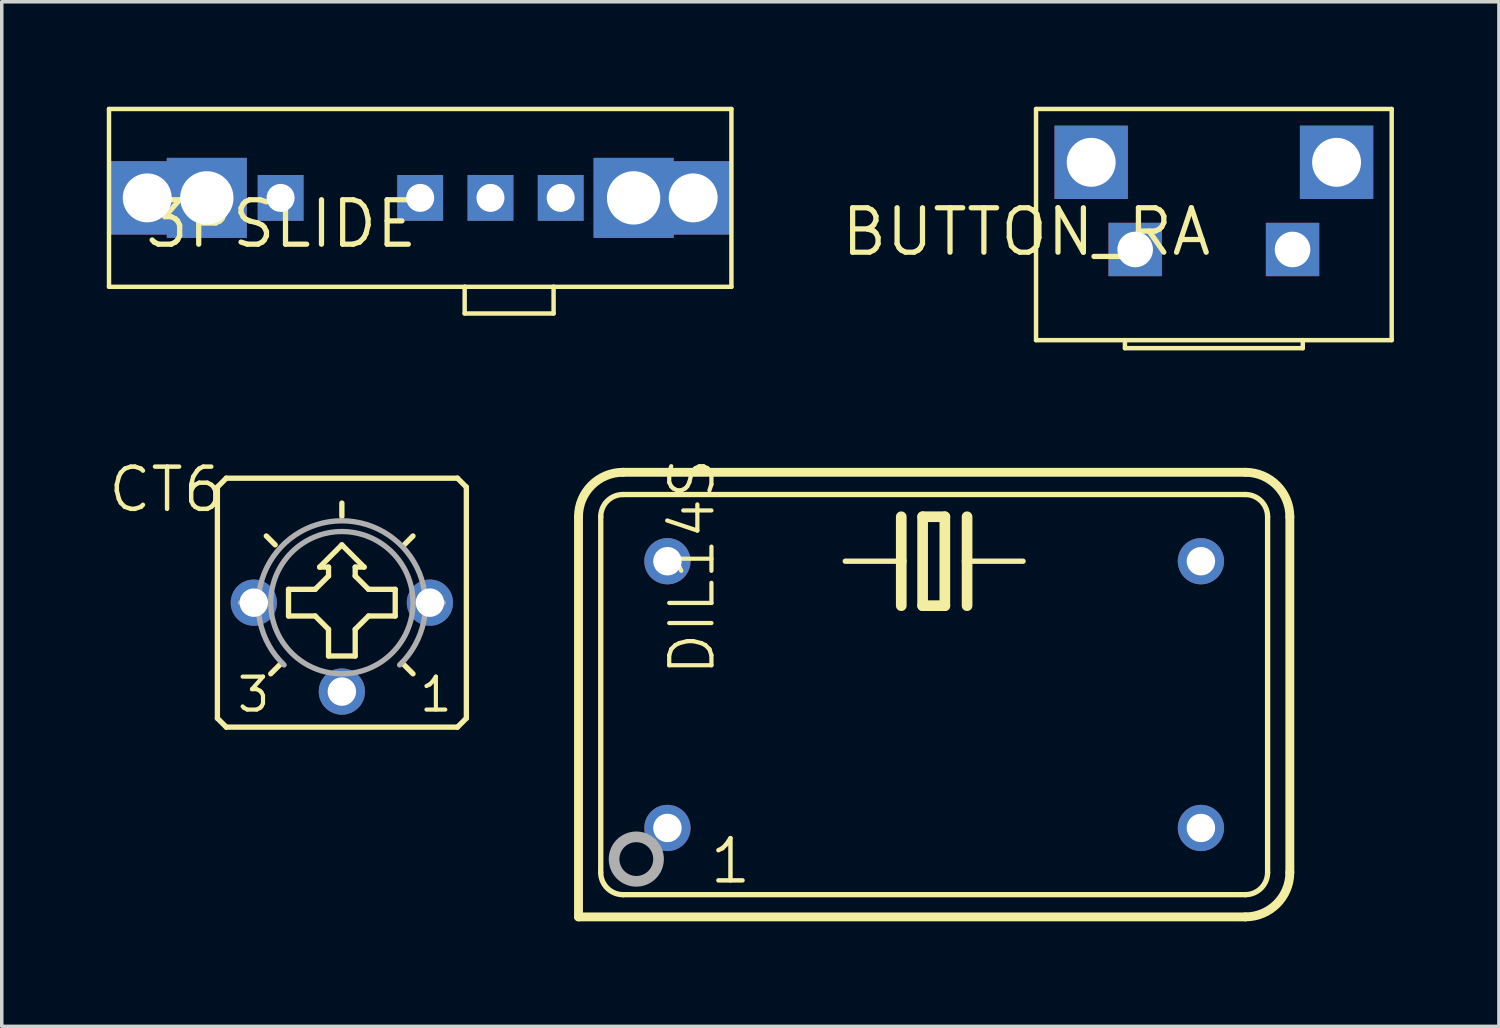
<source format=kicad_pcb>
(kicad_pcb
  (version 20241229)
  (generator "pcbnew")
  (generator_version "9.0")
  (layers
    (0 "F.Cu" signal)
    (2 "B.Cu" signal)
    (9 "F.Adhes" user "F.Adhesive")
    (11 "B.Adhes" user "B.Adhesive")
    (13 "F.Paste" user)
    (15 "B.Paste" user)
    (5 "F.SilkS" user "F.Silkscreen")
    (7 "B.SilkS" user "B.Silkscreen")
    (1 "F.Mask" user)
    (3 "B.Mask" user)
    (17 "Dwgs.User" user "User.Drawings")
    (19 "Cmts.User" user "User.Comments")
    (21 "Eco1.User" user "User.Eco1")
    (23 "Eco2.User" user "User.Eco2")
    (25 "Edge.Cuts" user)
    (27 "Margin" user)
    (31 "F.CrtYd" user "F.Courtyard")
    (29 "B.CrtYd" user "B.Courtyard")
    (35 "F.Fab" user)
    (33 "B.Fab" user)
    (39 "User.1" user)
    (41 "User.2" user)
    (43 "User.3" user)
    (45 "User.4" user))
  (footprint "3PSLIDE"
    (layer "F.Cu")
    (at 8.954 2.603)
    (property "Reference" "3PSLIDE" (at 0 0 0) (layer "F.SilkS") (effects (font (size 1.27 1.27) (thickness 0.15)) (justify right top)))
    (attr through_hole)
    (fp_line (start -8.89 -2.54) (end -8.89 2.54) (stroke (width 0.127) (type solid)) (layer "F.SilkS"))
    (fp_line (start -8.89 2.54) (end 1.27 2.54) (stroke (width 0.127) (type solid)) (layer "F.SilkS"))
    (fp_line (start 1.27 2.54) (end 1.27 3.302) (stroke (width 0.127) (type solid)) (layer "F.SilkS"))
    (fp_line (start 1.27 2.54) (end 3.81 2.54) (stroke (width 0.127) (type solid)) (layer "F.SilkS"))
    (fp_line (start 1.27 3.302) (end 3.81 3.302) (stroke (width 0.127) (type solid)) (layer "F.SilkS"))
    (fp_line (start 3.81 2.54) (end 8.89 2.54) (stroke (width 0.127) (type solid)) (layer "F.SilkS"))
    (fp_line (start 3.81 3.302) (end 3.81 2.54) (stroke (width 0.127) (type solid)) (layer "F.SilkS"))
    (fp_line (start 8.89 -2.54) (end -8.89 -2.54) (stroke (width 0.127) (type solid)) (layer "F.SilkS"))
    (fp_line (start 8.89 2.54) (end 8.89 -2.54) (stroke (width 0.127) (type solid)) (layer "F.SilkS"))
    (pad "NC1" thru_hole rect (at -7.798 0) (size 2.095 2.095) (drill 1.397) (layers "*.Cu" "*.Mask"))
    (pad "NC2" thru_hole rect (at -6.096 0) (size 2.286 2.286) (drill 1.524) (layers "*.Cu" "*.Mask"))
    (pad "NC3" thru_hole rect (at 6.096 0) (size 2.286 2.286) (drill 1.524) (layers "*.Cu" "*.Mask"))
    (pad "NC4" thru_hole rect (at 7.798 0) (size 2.095 2.095) (drill 1.397) (layers "*.Cu" "*.Mask"))
    (pad "P1" thru_hole rect (at -3.988 0) (size 1.308 1.308) (drill 0.8) (layers "*.Cu" "*.Mask"))
    (pad "P2" thru_hole rect (at 0 0) (size 1.308 1.308) (drill 0.8) (layers "*.Cu" "*.Mask"))
    (pad "P3" thru_hole rect (at 2.007 0) (size 1.308 1.308) (drill 0.8) (layers "*.Cu" "*.Mask"))
    (pad "P4" thru_hole rect (at 4.013 0) (size 1.308 1.308) (drill 0.8) (layers "*.Cu" "*.Mask")))
  (footprint "BUTTON_RA"
    (layer "F.Cu")
    (at 31.626 2.832)
    (property "Reference" "BUTTON_RA" (at 0 0 0) (layer "F.SilkS") (effects (font (size 1.27 1.27) (thickness 0.15)) (justify right top)))
    (attr through_hole)
    (fp_line (start -5.08 -2.769) (end 5.08 -2.769) (stroke (width 0.127) (type solid)) (layer "F.SilkS"))
    (fp_line (start -5.08 3.835) (end -5.08 -2.769) (stroke (width 0.127) (type solid)) (layer "F.SilkS"))
    (fp_line (start -2.54 3.835) (end -5.08 3.835) (stroke (width 0.127) (type solid)) (layer "F.SilkS"))
    (fp_line (start -2.54 3.835) (end -2.54 4.064) (stroke (width 0.127) (type solid)) (layer "F.SilkS"))
    (fp_line (start -2.54 4.064) (end 2.54 4.064) (stroke (width 0.127) (type solid)) (layer "F.SilkS"))
    (fp_line (start 2.54 3.835) (end -2.54 3.835) (stroke (width 0.127) (type solid)) (layer "F.SilkS"))
    (fp_line (start 2.54 4.064) (end 2.54 3.835) (stroke (width 0.127) (type solid)) (layer "F.SilkS"))
    (fp_line (start 5.08 -2.769) (end 5.08 3.835) (stroke (width 0.127) (type solid)) (layer "F.SilkS"))
    (fp_line (start 5.08 3.835) (end 2.54 3.835) (stroke (width 0.127) (type solid)) (layer "F.SilkS"))
    (pad "NC1" thru_hole rect (at -3.505 -1.245) (size 2.095 2.095) (drill 1.397) (layers "*.Cu" "*.Mask"))
    (pad "NC2" thru_hole rect (at 3.505 -1.245) (size 2.095 2.095) (drill 1.397) (layers "*.Cu" "*.Mask"))
    (pad "P$1" thru_hole rect (at -2.248 1.245) (size 1.524 1.524) (drill 1.016) (layers "*.Cu" "*.Mask"))
    (pad "P$2" thru_hole rect (at 2.248 1.245) (size 1.524 1.524) (drill 1.016) (layers "*.Cu" "*.Mask")))
  (footprint "DIL14S"
    (layer "F.Cu")
    (at 23.636 16.792)
    (property "Reference" "DIL14S" (at -7.62 -6.833 270) (layer "F.SilkS") (effects (font (size 1.206 1.206) (thickness 0.121)) (justify right top)))
    (attr through_hole)
    (fp_line (start -10.16 6.35) (end -10.16 -5.08) (stroke (width 0.254) (type solid)) (layer "F.SilkS"))
    (fp_line (start -10.16 6.35) (end 8.89 6.35) (stroke (width 0.254) (type solid)) (layer "F.SilkS"))
    (fp_line (start -9.525 -5.08) (end -9.525 5.08) (stroke (width 0.152) (type solid)) (layer "F.SilkS"))
    (fp_line (start -8.89 5.715) (end 8.89 5.715) (stroke (width 0.152) (type solid)) (layer "F.SilkS"))
    (fp_line (start -0.94 -5.08) (end -0.94 -3.81) (stroke (width 0.305) (type solid)) (layer "F.SilkS"))
    (fp_line (start -0.94 -3.81) (end -2.54 -3.81) (stroke (width 0.152) (type solid)) (layer "F.SilkS"))
    (fp_line (start -0.94 -3.81) (end -0.94 -2.54) (stroke (width 0.305) (type solid)) (layer "F.SilkS"))
    (fp_line (start -0.33 -5.08) (end -0.33 -2.54) (stroke (width 0.305) (type solid)) (layer "F.SilkS"))
    (fp_line (start -0.33 -2.54) (end 0.305 -2.54) (stroke (width 0.305) (type solid)) (layer "F.SilkS"))
    (fp_line (start 0.305 -5.08) (end -0.33 -5.08) (stroke (width 0.305) (type solid)) (layer "F.SilkS"))
    (fp_line (start 0.305 -2.54) (end 0.305 -5.08) (stroke (width 0.305) (type solid)) (layer "F.SilkS"))
    (fp_line (start 0.94 -5.08) (end 0.94 -3.81) (stroke (width 0.305) (type solid)) (layer "F.SilkS"))
    (fp_line (start 0.94 -3.81) (end 0.94 -2.54) (stroke (width 0.305) (type solid)) (layer "F.SilkS"))
    (fp_line (start 0.94 -3.81) (end 2.54 -3.81) (stroke (width 0.152) (type solid)) (layer "F.SilkS"))
    (fp_line (start 8.89 -6.35) (end -8.89 -6.35) (stroke (width 0.254) (type solid)) (layer "F.SilkS"))
    (fp_line (start 8.89 -5.715) (end -8.89 -5.715) (stroke (width 0.152) (type solid)) (layer "F.SilkS"))
    (fp_line (start 9.525 5.08) (end 9.525 -5.08) (stroke (width 0.152) (type solid)) (layer "F.SilkS"))
    (fp_line (start 10.16 5.08) (end 10.16 -5.08) (stroke (width 0.254) (type solid)) (layer "F.SilkS"))
    (fp_arc (start -10.16 -5.08) (mid -9.788026 -5.978026) (end -8.89 -6.35) (stroke (width 0.254) (type solid)) (layer "F.SilkS"))
    (fp_arc (start -9.525 -5.08) (mid -9.339013 -5.529013) (end -8.89 -5.715) (stroke (width 0.1524) (type solid)) (layer "F.SilkS"))
    (fp_arc (start -8.89 5.715) (mid -9.339013 5.529013) (end -9.525 5.08) (stroke (width 0.1524) (type solid)) (layer "F.SilkS"))
    (fp_arc (start 8.89 -6.35) (mid 9.788026 -5.978026) (end 10.16 -5.08) (stroke (width 0.254) (type solid)) (layer "F.SilkS"))
    (fp_arc (start 8.89 -5.715) (mid 9.339013 -5.529013) (end 9.525 -5.08) (stroke (width 0.1524) (type solid)) (layer "F.SilkS"))
    (fp_arc (start 9.525 5.08) (mid 9.339013 5.529013) (end 8.89 5.715) (stroke (width 0.1524) (type solid)) (layer "F.SilkS"))
    (fp_arc (start 10.16 5.08) (mid 9.788026 5.978026) (end 8.89 6.35) (stroke (width 0.254) (type solid)) (layer "F.SilkS"))
    (fp_circle (center -8.509 4.699) (end -7.874 4.699) (stroke (width 0.305) (type solid)) (fill no) (layer "F.Fab"))
    (fp_text user "1" (at -6.477 5.461 0) (layer "F.SilkS") (effects (font (size 1.206 1.206) (thickness 0.127)) (justify left bottom)))
    (pad "1" thru_hole circle (at -7.62 3.81) (size 1.321 1.321) (drill 0.813) (layers "*.Cu" "*.Mask"))
    (pad "7" thru_hole circle (at 7.62 3.81) (size 1.321 1.321) (drill 0.813) (layers "*.Cu" "*.Mask"))
    (pad "8" thru_hole circle (at 7.62 -3.81) (size 1.321 1.321) (drill 0.813) (layers "*.Cu" "*.Mask"))
    (pad "14" thru_hole circle (at -7.62 -3.81) (size 1.321 1.321) (drill 0.813) (layers "*.Cu" "*.Mask")))
  (footprint "CT6"
    (layer "F.Cu")
    (at 6.716 14.166)
    (property "Reference" "CT6" (at -3.302 -3.937 0) (layer "F.SilkS") (effects (font (size 1.206 1.206) (thickness 0.127)) (justify right top)))
    (attr through_hole)
    (fp_line (start -3.556 -3.302) (end -3.556 3.302) (stroke (width 0.152) (type solid)) (layer "F.SilkS"))
    (fp_line (start -3.302 -3.556) (end -3.556 -3.302) (stroke (width 0.152) (type solid)) (layer "F.SilkS"))
    (fp_line (start -3.302 3.556) (end -3.556 3.302) (stroke (width 0.152) (type solid)) (layer "F.SilkS"))
    (fp_line (start -3.302 3.556) (end 3.302 3.556) (stroke (width 0.152) (type solid)) (layer "F.SilkS"))
    (fp_line (start -1.905 -1.651) (end -2.159 -1.905) (stroke (width 0.152) (type solid)) (layer "F.SilkS"))
    (fp_line (start -1.778 1.778) (end -2.032 2.032) (stroke (width 0.152) (type solid)) (layer "F.SilkS"))
    (fp_line (start -1.524 -0.381) (end -1.524 0.381) (stroke (width 0.152) (type solid)) (layer "F.SilkS"))
    (fp_line (start -1.524 0.381) (end -0.762 0.381) (stroke (width 0.152) (type solid)) (layer "F.SilkS"))
    (fp_line (start -0.762 -0.381) (end -1.524 -0.381) (stroke (width 0.152) (type solid)) (layer "F.SilkS"))
    (fp_line (start -0.635 -1.016) (end -0.381 -1.016) (stroke (width 0.152) (type solid)) (layer "F.SilkS"))
    (fp_line (start -0.381 -1.016) (end -0.381 -0.762) (stroke (width 0.152) (type solid)) (layer "F.SilkS"))
    (fp_line (start -0.381 -0.762) (end -0.762 -0.381) (stroke (width 0.152) (type solid)) (layer "F.SilkS"))
    (fp_line (start -0.381 0.762) (end -0.762 0.381) (stroke (width 0.152) (type solid)) (layer "F.SilkS"))
    (fp_line (start -0.381 0.762) (end -0.381 1.524) (stroke (width 0.152) (type solid)) (layer "F.SilkS"))
    (fp_line (start -0.381 1.524) (end 0.381 1.524) (stroke (width 0.152) (type solid)) (layer "F.SilkS"))
    (fp_line (start 0 -2.464) (end 0 -2.845) (stroke (width 0.152) (type solid)) (layer "F.SilkS"))
    (fp_line (start 0 -1.651) (end -0.635 -1.016) (stroke (width 0.152) (type solid)) (layer "F.SilkS"))
    (fp_line (start 0.381 -1.016) (end 0.635 -1.016) (stroke (width 0.152) (type solid)) (layer "F.SilkS"))
    (fp_line (start 0.381 -0.762) (end 0.381 -1.016) (stroke (width 0.152) (type solid)) (layer "F.SilkS"))
    (fp_line (start 0.381 0.762) (end 0.762 0.381) (stroke (width 0.152) (type solid)) (layer "F.SilkS"))
    (fp_line (start 0.381 1.524) (end 0.381 0.762) (stroke (width 0.152) (type solid)) (layer "F.SilkS"))
    (fp_line (start 0.635 -1.016) (end 0 -1.651) (stroke (width 0.152) (type solid)) (layer "F.SilkS"))
    (fp_line (start 0.762 -0.381) (end 0.381 -0.762) (stroke (width 0.152) (type solid)) (layer "F.SilkS"))
    (fp_line (start 0.762 0.381) (end 1.524 0.381) (stroke (width 0.152) (type solid)) (layer "F.SilkS"))
    (fp_line (start 1.524 -0.381) (end 0.762 -0.381) (stroke (width 0.152) (type solid)) (layer "F.SilkS"))
    (fp_line (start 1.524 0.381) (end 1.524 -0.381) (stroke (width 0.152) (type solid)) (layer "F.SilkS"))
    (fp_line (start 1.778 -1.651) (end 2.032 -1.905) (stroke (width 0.152) (type solid)) (layer "F.SilkS"))
    (fp_line (start 1.778 1.778) (end 2.032 2.032) (stroke (width 0.152) (type solid)) (layer "F.SilkS"))
    (fp_line (start 3.302 -3.556) (end -3.302 -3.556) (stroke (width 0.152) (type solid)) (layer "F.SilkS"))
    (fp_line (start 3.302 -3.556) (end 3.556 -3.302) (stroke (width 0.152) (type solid)) (layer "F.SilkS"))
    (fp_line (start 3.302 3.556) (end 3.556 3.302) (stroke (width 0.152) (type solid)) (layer "F.SilkS"))
    (fp_line (start 3.556 3.302) (end 3.556 -3.302) (stroke (width 0.152) (type solid)) (layer "F.SilkS"))
    (fp_line (start -2.515 0) (end -2.896 0) (stroke (width 0.152) (type solid)) (layer "F.Fab"))
    (fp_line (start 2.515 0) (end 2.896 0) (stroke (width 0.152) (type solid)) (layer "F.Fab"))
    (fp_arc (start -1.651 1.778) (mid -0.000001 -2.338557) (end 1.651001 1.777999) (stroke (width 0.1524) (type solid)) (layer "F.Fab"))
    (fp_circle (center 0 0) (end 2.032 0) (stroke (width 0.152) (type solid)) (fill no) (layer "F.Fab"))
    (fp_text user "1" (at 2.159 3.175 0) (layer "F.SilkS") (effects (font (size 0.941 0.941) (thickness 0.119)) (justify left bottom)))
    (fp_text user "3" (at -3.048 3.175 0) (layer "F.SilkS") (effects (font (size 0.941 0.941) (thickness 0.119)) (justify left bottom)))
    (pad "A" thru_hole circle (at 2.515 0) (size 1.321 1.321) (drill 0.813) (layers "*.Cu" "*.Mask"))
    (pad "E" thru_hole circle (at -2.515 0) (size 1.321 1.321) (drill 0.813) (layers "*.Cu" "*.Mask"))
    (pad "S" thru_hole circle (at 0 2.54) (size 1.321 1.321) (drill 0.813) (layers "*.Cu" "*.Mask")))
  (gr_rect
    (start -3 -3)
    (end 39.769 26.269)
    (stroke (width 0.1) (type default))
    (fill no)
    (layer "Edge.Cuts")))
</source>
